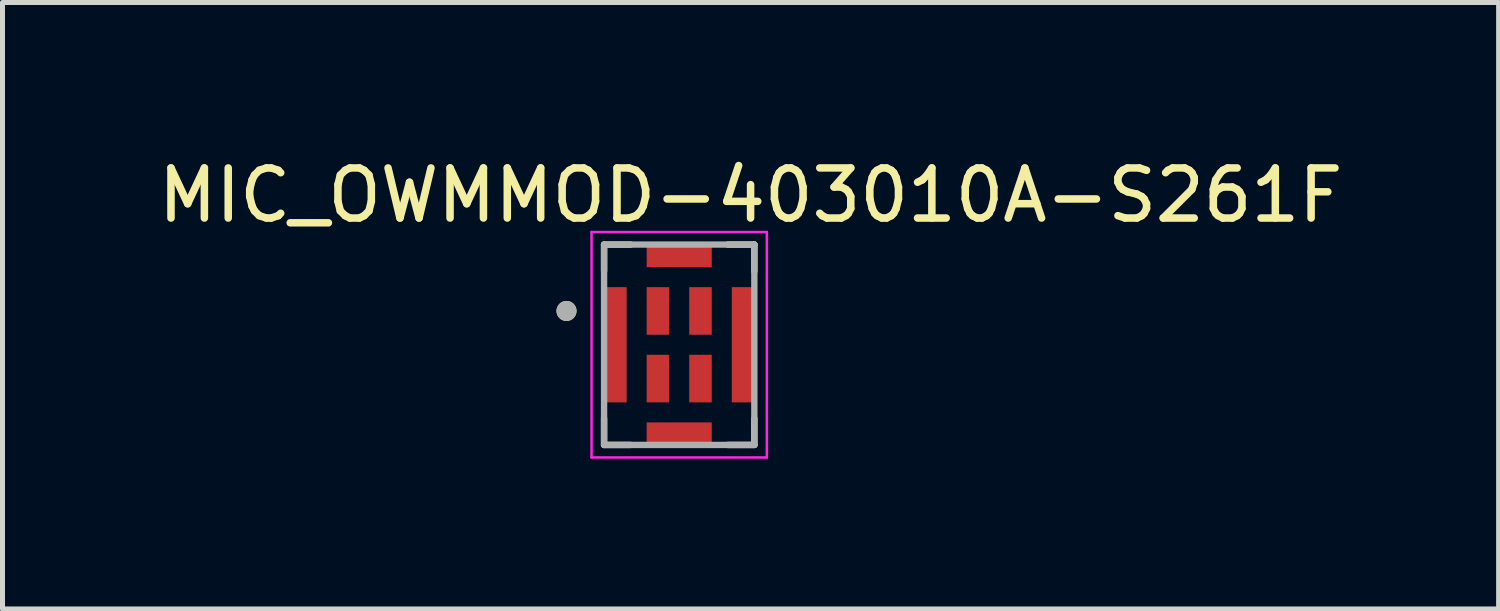
<source format=kicad_pcb>
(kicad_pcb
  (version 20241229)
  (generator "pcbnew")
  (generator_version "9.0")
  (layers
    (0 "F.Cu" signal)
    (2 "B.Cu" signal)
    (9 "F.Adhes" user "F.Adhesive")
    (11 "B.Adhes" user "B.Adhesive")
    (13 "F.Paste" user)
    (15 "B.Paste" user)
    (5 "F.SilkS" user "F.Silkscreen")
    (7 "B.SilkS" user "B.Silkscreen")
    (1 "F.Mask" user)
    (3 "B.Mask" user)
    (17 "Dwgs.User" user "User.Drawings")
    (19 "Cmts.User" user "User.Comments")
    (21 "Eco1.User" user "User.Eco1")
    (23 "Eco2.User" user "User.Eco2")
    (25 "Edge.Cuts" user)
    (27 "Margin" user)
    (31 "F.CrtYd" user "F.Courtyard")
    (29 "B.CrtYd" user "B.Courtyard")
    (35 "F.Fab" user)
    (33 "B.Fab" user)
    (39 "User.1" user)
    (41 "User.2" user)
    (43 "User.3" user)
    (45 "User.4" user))
  (footprint "MIC_OWMMOD-403010A-S261F"
    (layer "F.Cu")
    (at 10.51 4.658)
    (property "Reference" "MIC_OWMMOD-403010A-S261F" (at 1.425 -3.81 0) (layer "F.SilkS") (effects (font (size 1 1) (thickness 0.15))))
    (attr smd)
    (fp_line (start -1.5 -2.825) (end -0.97 -2.825) (stroke (width 0.127) (type solid)) (layer "F.SilkS"))
    (fp_line (start -1.5 -2.295) (end -1.5 -2.825) (stroke (width 0.127) (type solid)) (layer "F.SilkS"))
    (fp_line (start -1.5 1.175) (end -1.5 0.645) (stroke (width 0.127) (type solid)) (layer "F.SilkS"))
    (fp_line (start -0.97 1.175) (end -1.5 1.175) (stroke (width 0.127) (type solid)) (layer "F.SilkS"))
    (fp_line (start 0.97 -2.825) (end 1.5 -2.825) (stroke (width 0.127) (type solid)) (layer "F.SilkS"))
    (fp_line (start 1.5 -2.825) (end 1.5 -2.295) (stroke (width 0.127) (type solid)) (layer "F.SilkS"))
    (fp_line (start 1.5 1.175) (end 0.97 1.175) (stroke (width 0.127) (type solid)) (layer "F.SilkS"))
    (fp_line (start 1.5 1.175) (end 1.5 0.645) (stroke (width 0.127) (type solid)) (layer "F.SilkS"))
    (fp_circle (center -2.25 -1.5) (end -2.15 -1.5) (stroke (width 0.2) (type solid)) (fill no) (layer "F.SilkS"))
    (fp_line (start -1.75 -3.075) (end -1.75 1.425) (stroke (width 0.05) (type solid)) (layer "F.CrtYd"))
    (fp_line (start -1.75 1.425) (end 1.75 1.425) (stroke (width 0.05) (type solid)) (layer "F.CrtYd"))
    (fp_line (start 1.75 -3.075) (end -1.75 -3.075) (stroke (width 0.05) (type solid)) (layer "F.CrtYd"))
    (fp_line (start 1.75 1.425) (end 1.75 -3.075) (stroke (width 0.05) (type solid)) (layer "F.CrtYd"))
    (fp_line (start -1.5 -2.825) (end 1.5 -2.825) (stroke (width 0.127) (type solid)) (layer "F.Fab"))
    (fp_line (start -1.5 1.175) (end -1.5 -2.825) (stroke (width 0.127) (type solid)) (layer "F.Fab"))
    (fp_line (start 1.5 -2.825) (end 1.5 1.175) (stroke (width 0.127) (type solid)) (layer "F.Fab"))
    (fp_line (start 1.5 1.175) (end -1.5 1.175) (stroke (width 0.127) (type solid)) (layer "F.Fab"))
    (fp_circle (center -2.25 -1.5) (end -2.15 -1.5) (stroke (width 0.2) (type solid)) (fill no) (layer "F.Fab"))
    (pad "1" smd rect (at -0.425 -1.5) (size 0.45 0.95) (layers "F.Cu" "F.Mask" "F.Paste"))
    (pad "2" smd rect (at -0.425 -0.15) (size 0.45 0.95) (layers "F.Cu" "F.Mask" "F.Paste"))
    (pad "3" smd rect (at 0.425 -0.15) (size 0.45 0.95) (layers "F.Cu" "F.Mask" "F.Paste"))
    (pad "4" smd rect (at 0.425 -1.5) (size 0.45 0.95) (layers "F.Cu" "F.Mask" "F.Paste"))
    (pad "5" smd rect (at 0 -2.6) (size 1.3 0.45) (layers "F.Cu" "F.Mask" "F.Paste"))
    (pad "6" smd rect (at -1.275 -0.825) (size 0.45 2.3) (layers "F.Cu" "F.Mask" "F.Paste"))
    (pad "7" smd rect (at 0 0.95) (size 1.3 0.45) (layers "F.Cu" "F.Mask" "F.Paste"))
    (pad "8" smd rect (at 1.275 -0.825) (size 0.45 2.3) (layers "F.Cu" "F.Mask" "F.Paste")))
  (gr_rect
    (start -3 -3)
    (end 26.869 9.108)
    (stroke (width 0.1) (type default))
    (fill no)
    (layer "Edge.Cuts")))
</source>
